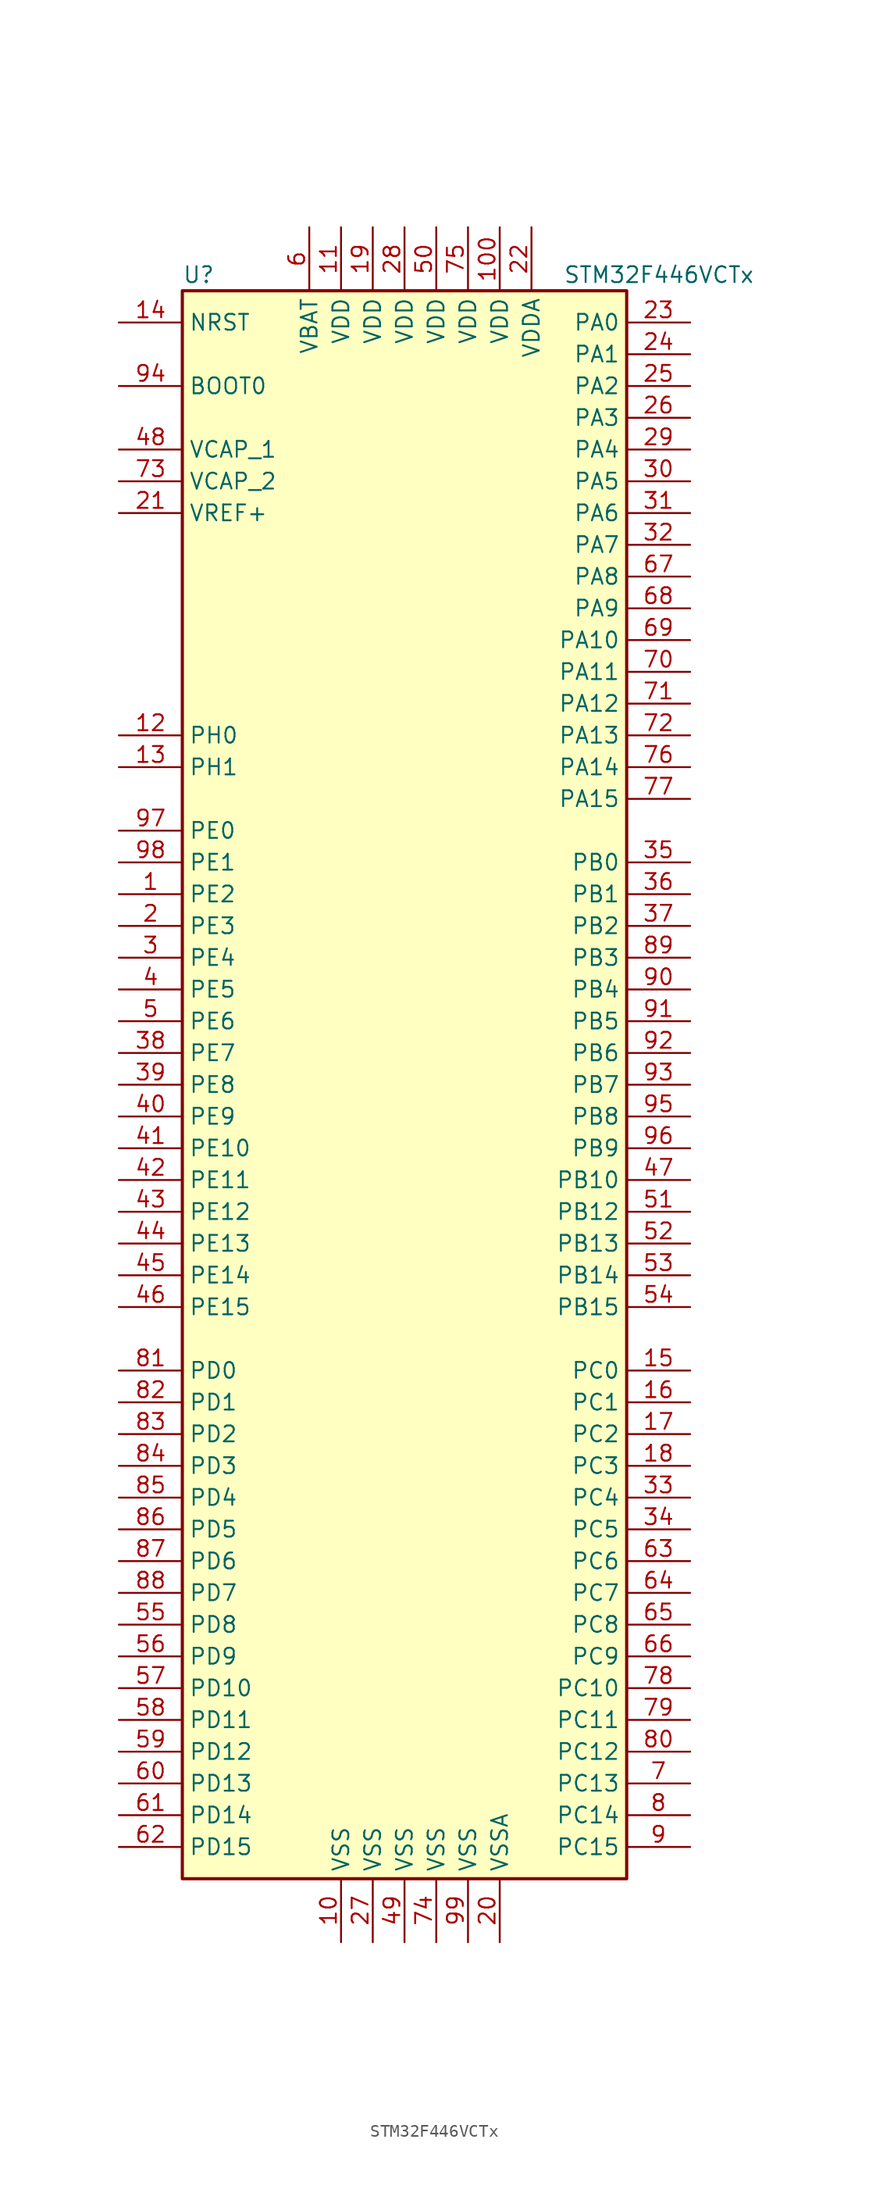
<source format=kicad_sym>
(kicad_symbol_lib
  (version 20201005)
  (generator kicad_symbol_editor)
  (symbol "STM32F446VCTx"
    (property "Reference" "U"
      (at -17.78 64.77 0)
      (effects (font (size 1.27 1.27)) (justify left)))
    (property "Value" "STM32F446VCTx"
      (at 12.7 64.77 0)
      (effects (font (size 1.27 1.27)) (justify left)))
    (symbol "STM32F446VCTx_0_1"
      (rectangle (start -17.78 -63.5) (end 17.78 63.5) (stroke (width 0.254)) (fill (type background))))
    (symbol "STM32F446VCTx_1_1"
      (pin input line (at -22.86 55.88 0) (length 5.08) (name "BOOT0" (effects (font (size 1.27 1.27)))) (number "94" (effects (font (size 1.27 1.27)))))
      (pin input line (at -22.86 60.96 0) (length 5.08) (name "NRST" (effects (font (size 1.27 1.27)))) (number "14" (effects (font (size 1.27 1.27)))))
      (pin bidirectional line (at 22.86 60.96 180) (length 5.08) (name "PA0" (effects (font (size 1.27 1.27)))) (number "23" (effects (font (size 1.27 1.27)))))
      (pin bidirectional line (at 22.86 58.42 180) (length 5.08) (name "PA1" (effects (font (size 1.27 1.27)))) (number "24" (effects (font (size 1.27 1.27)))))
      (pin bidirectional line (at 22.86 35.56 180) (length 5.08) (name "PA10" (effects (font (size 1.27 1.27)))) (number "69" (effects (font (size 1.27 1.27)))))
      (pin bidirectional line (at 22.86 33.02 180) (length 5.08) (name "PA11" (effects (font (size 1.27 1.27)))) (number "70" (effects (font (size 1.27 1.27)))))
      (pin bidirectional line (at 22.86 30.48 180) (length 5.08) (name "PA12" (effects (font (size 1.27 1.27)))) (number "71" (effects (font (size 1.27 1.27)))))
      (pin bidirectional line (at 22.86 27.94 180) (length 5.08) (name "PA13" (effects (font (size 1.27 1.27)))) (number "72" (effects (font (size 1.27 1.27)))))
      (pin bidirectional line (at 22.86 25.4 180) (length 5.08) (name "PA14" (effects (font (size 1.27 1.27)))) (number "76" (effects (font (size 1.27 1.27)))))
      (pin bidirectional line (at 22.86 22.86 180) (length 5.08) (name "PA15" (effects (font (size 1.27 1.27)))) (number "77" (effects (font (size 1.27 1.27)))))
      (pin bidirectional line (at 22.86 55.88 180) (length 5.08) (name "PA2" (effects (font (size 1.27 1.27)))) (number "25" (effects (font (size 1.27 1.27)))))
      (pin bidirectional line (at 22.86 53.34 180) (length 5.08) (name "PA3" (effects (font (size 1.27 1.27)))) (number "26" (effects (font (size 1.27 1.27)))))
      (pin bidirectional line (at 22.86 50.8 180) (length 5.08) (name "PA4" (effects (font (size 1.27 1.27)))) (number "29" (effects (font (size 1.27 1.27)))))
      (pin bidirectional line (at 22.86 48.26 180) (length 5.08) (name "PA5" (effects (font (size 1.27 1.27)))) (number "30" (effects (font (size 1.27 1.27)))))
      (pin bidirectional line (at 22.86 45.72 180) (length 5.08) (name "PA6" (effects (font (size 1.27 1.27)))) (number "31" (effects (font (size 1.27 1.27)))))
      (pin bidirectional line (at 22.86 43.18 180) (length 5.08) (name "PA7" (effects (font (size 1.27 1.27)))) (number "32" (effects (font (size 1.27 1.27)))))
      (pin bidirectional line (at 22.86 40.64 180) (length 5.08) (name "PA8" (effects (font (size 1.27 1.27)))) (number "67" (effects (font (size 1.27 1.27)))))
      (pin bidirectional line (at 22.86 38.1 180) (length 5.08) (name "PA9" (effects (font (size 1.27 1.27)))) (number "68" (effects (font (size 1.27 1.27)))))
      (pin bidirectional line (at 22.86 17.78 180) (length 5.08) (name "PB0" (effects (font (size 1.27 1.27)))) (number "35" (effects (font (size 1.27 1.27)))))
      (pin bidirectional line (at 22.86 15.24 180) (length 5.08) (name "PB1" (effects (font (size 1.27 1.27)))) (number "36" (effects (font (size 1.27 1.27)))))
      (pin bidirectional line (at 22.86 -7.62 180) (length 5.08) (name "PB10" (effects (font (size 1.27 1.27)))) (number "47" (effects (font (size 1.27 1.27)))))
      (pin bidirectional line (at 22.86 -10.16 180) (length 5.08) (name "PB12" (effects (font (size 1.27 1.27)))) (number "51" (effects (font (size 1.27 1.27)))))
      (pin bidirectional line (at 22.86 -12.7 180) (length 5.08) (name "PB13" (effects (font (size 1.27 1.27)))) (number "52" (effects (font (size 1.27 1.27)))))
      (pin bidirectional line (at 22.86 -15.24 180) (length 5.08) (name "PB14" (effects (font (size 1.27 1.27)))) (number "53" (effects (font (size 1.27 1.27)))))
      (pin bidirectional line (at 22.86 -17.78 180) (length 5.08) (name "PB15" (effects (font (size 1.27 1.27)))) (number "54" (effects (font (size 1.27 1.27)))))
      (pin bidirectional line (at 22.86 12.7 180) (length 5.08) (name "PB2" (effects (font (size 1.27 1.27)))) (number "37" (effects (font (size 1.27 1.27)))))
      (pin bidirectional line (at 22.86 10.16 180) (length 5.08) (name "PB3" (effects (font (size 1.27 1.27)))) (number "89" (effects (font (size 1.27 1.27)))))
      (pin bidirectional line (at 22.86 7.62 180) (length 5.08) (name "PB4" (effects (font (size 1.27 1.27)))) (number "90" (effects (font (size 1.27 1.27)))))
      (pin bidirectional line (at 22.86 5.08 180) (length 5.08) (name "PB5" (effects (font (size 1.27 1.27)))) (number "91" (effects (font (size 1.27 1.27)))))
      (pin bidirectional line (at 22.86 2.54 180) (length 5.08) (name "PB6" (effects (font (size 1.27 1.27)))) (number "92" (effects (font (size 1.27 1.27)))))
      (pin bidirectional line (at 22.86 0 180) (length 5.08) (name "PB7" (effects (font (size 1.27 1.27)))) (number "93" (effects (font (size 1.27 1.27)))))
      (pin bidirectional line (at 22.86 -2.54 180) (length 5.08) (name "PB8" (effects (font (size 1.27 1.27)))) (number "95" (effects (font (size 1.27 1.27)))))
      (pin bidirectional line (at 22.86 -5.08 180) (length 5.08) (name "PB9" (effects (font (size 1.27 1.27)))) (number "96" (effects (font (size 1.27 1.27)))))
      (pin bidirectional line (at 22.86 -22.86 180) (length 5.08) (name "PC0" (effects (font (size 1.27 1.27)))) (number "15" (effects (font (size 1.27 1.27)))))
      (pin bidirectional line (at 22.86 -25.4 180) (length 5.08) (name "PC1" (effects (font (size 1.27 1.27)))) (number "16" (effects (font (size 1.27 1.27)))))
      (pin bidirectional line (at 22.86 -48.26 180) (length 5.08) (name "PC10" (effects (font (size 1.27 1.27)))) (number "78" (effects (font (size 1.27 1.27)))))
      (pin bidirectional line (at 22.86 -50.8 180) (length 5.08) (name "PC11" (effects (font (size 1.27 1.27)))) (number "79" (effects (font (size 1.27 1.27)))))
      (pin bidirectional line (at 22.86 -53.34 180) (length 5.08) (name "PC12" (effects (font (size 1.27 1.27)))) (number "80" (effects (font (size 1.27 1.27)))))
      (pin bidirectional line (at 22.86 -55.88 180) (length 5.08) (name "PC13" (effects (font (size 1.27 1.27)))) (number "7" (effects (font (size 1.27 1.27)))))
      (pin bidirectional line (at 22.86 -58.42 180) (length 5.08) (name "PC14" (effects (font (size 1.27 1.27)))) (number "8" (effects (font (size 1.27 1.27)))))
      (pin bidirectional line (at 22.86 -60.96 180) (length 5.08) (name "PC15" (effects (font (size 1.27 1.27)))) (number "9" (effects (font (size 1.27 1.27)))))
      (pin bidirectional line (at 22.86 -27.94 180) (length 5.08) (name "PC2" (effects (font (size 1.27 1.27)))) (number "17" (effects (font (size 1.27 1.27)))))
      (pin bidirectional line (at 22.86 -30.48 180) (length 5.08) (name "PC3" (effects (font (size 1.27 1.27)))) (number "18" (effects (font (size 1.27 1.27)))))
      (pin bidirectional line (at 22.86 -33.02 180) (length 5.08) (name "PC4" (effects (font (size 1.27 1.27)))) (number "33" (effects (font (size 1.27 1.27)))))
      (pin bidirectional line (at 22.86 -35.56 180) (length 5.08) (name "PC5" (effects (font (size 1.27 1.27)))) (number "34" (effects (font (size 1.27 1.27)))))
      (pin bidirectional line (at 22.86 -38.1 180) (length 5.08) (name "PC6" (effects (font (size 1.27 1.27)))) (number "63" (effects (font (size 1.27 1.27)))))
      (pin bidirectional line (at 22.86 -40.64 180) (length 5.08) (name "PC7" (effects (font (size 1.27 1.27)))) (number "64" (effects (font (size 1.27 1.27)))))
      (pin bidirectional line (at 22.86 -43.18 180) (length 5.08) (name "PC8" (effects (font (size 1.27 1.27)))) (number "65" (effects (font (size 1.27 1.27)))))
      (pin bidirectional line (at 22.86 -45.72 180) (length 5.08) (name "PC9" (effects (font (size 1.27 1.27)))) (number "66" (effects (font (size 1.27 1.27)))))
      (pin bidirectional line (at -22.86 -22.86 0) (length 5.08) (name "PD0" (effects (font (size 1.27 1.27)))) (number "81" (effects (font (size 1.27 1.27)))))
      (pin bidirectional line (at -22.86 -25.4 0) (length 5.08) (name "PD1" (effects (font (size 1.27 1.27)))) (number "82" (effects (font (size 1.27 1.27)))))
      (pin bidirectional line (at -22.86 -48.26 0) (length 5.08) (name "PD10" (effects (font (size 1.27 1.27)))) (number "57" (effects (font (size 1.27 1.27)))))
      (pin bidirectional line (at -22.86 -50.8 0) (length 5.08) (name "PD11" (effects (font (size 1.27 1.27)))) (number "58" (effects (font (size 1.27 1.27)))))
      (pin bidirectional line (at -22.86 -53.34 0) (length 5.08) (name "PD12" (effects (font (size 1.27 1.27)))) (number "59" (effects (font (size 1.27 1.27)))))
      (pin bidirectional line (at -22.86 -55.88 0) (length 5.08) (name "PD13" (effects (font (size 1.27 1.27)))) (number "60" (effects (font (size 1.27 1.27)))))
      (pin bidirectional line (at -22.86 -58.42 0) (length 5.08) (name "PD14" (effects (font (size 1.27 1.27)))) (number "61" (effects (font (size 1.27 1.27)))))
      (pin bidirectional line (at -22.86 -60.96 0) (length 5.08) (name "PD15" (effects (font (size 1.27 1.27)))) (number "62" (effects (font (size 1.27 1.27)))))
      (pin bidirectional line (at -22.86 -27.94 0) (length 5.08) (name "PD2" (effects (font (size 1.27 1.27)))) (number "83" (effects (font (size 1.27 1.27)))))
      (pin bidirectional line (at -22.86 -30.48 0) (length 5.08) (name "PD3" (effects (font (size 1.27 1.27)))) (number "84" (effects (font (size 1.27 1.27)))))
      (pin bidirectional line (at -22.86 -33.02 0) (length 5.08) (name "PD4" (effects (font (size 1.27 1.27)))) (number "85" (effects (font (size 1.27 1.27)))))
      (pin bidirectional line (at -22.86 -35.56 0) (length 5.08) (name "PD5" (effects (font (size 1.27 1.27)))) (number "86" (effects (font (size 1.27 1.27)))))
      (pin bidirectional line (at -22.86 -38.1 0) (length 5.08) (name "PD6" (effects (font (size 1.27 1.27)))) (number "87" (effects (font (size 1.27 1.27)))))
      (pin bidirectional line (at -22.86 -40.64 0) (length 5.08) (name "PD7" (effects (font (size 1.27 1.27)))) (number "88" (effects (font (size 1.27 1.27)))))
      (pin bidirectional line (at -22.86 -43.18 0) (length 5.08) (name "PD8" (effects (font (size 1.27 1.27)))) (number "55" (effects (font (size 1.27 1.27)))))
      (pin bidirectional line (at -22.86 -45.72 0) (length 5.08) (name "PD9" (effects (font (size 1.27 1.27)))) (number "56" (effects (font (size 1.27 1.27)))))
      (pin bidirectional line (at -22.86 20.32 0) (length 5.08) (name "PE0" (effects (font (size 1.27 1.27)))) (number "97" (effects (font (size 1.27 1.27)))))
      (pin bidirectional line (at -22.86 17.78 0) (length 5.08) (name "PE1" (effects (font (size 1.27 1.27)))) (number "98" (effects (font (size 1.27 1.27)))))
      (pin bidirectional line (at -22.86 -5.08 0) (length 5.08) (name "PE10" (effects (font (size 1.27 1.27)))) (number "41" (effects (font (size 1.27 1.27)))))
      (pin bidirectional line (at -22.86 -7.62 0) (length 5.08) (name "PE11" (effects (font (size 1.27 1.27)))) (number "42" (effects (font (size 1.27 1.27)))))
      (pin bidirectional line (at -22.86 -10.16 0) (length 5.08) (name "PE12" (effects (font (size 1.27 1.27)))) (number "43" (effects (font (size 1.27 1.27)))))
      (pin bidirectional line (at -22.86 -12.7 0) (length 5.08) (name "PE13" (effects (font (size 1.27 1.27)))) (number "44" (effects (font (size 1.27 1.27)))))
      (pin bidirectional line (at -22.86 -15.24 0) (length 5.08) (name "PE14" (effects (font (size 1.27 1.27)))) (number "45" (effects (font (size 1.27 1.27)))))
      (pin bidirectional line (at -22.86 -17.78 0) (length 5.08) (name "PE15" (effects (font (size 1.27 1.27)))) (number "46" (effects (font (size 1.27 1.27)))))
      (pin bidirectional line (at -22.86 15.24 0) (length 5.08) (name "PE2" (effects (font (size 1.27 1.27)))) (number "1" (effects (font (size 1.27 1.27)))))
      (pin bidirectional line (at -22.86 12.7 0) (length 5.08) (name "PE3" (effects (font (size 1.27 1.27)))) (number "2" (effects (font (size 1.27 1.27)))))
      (pin bidirectional line (at -22.86 10.16 0) (length 5.08) (name "PE4" (effects (font (size 1.27 1.27)))) (number "3" (effects (font (size 1.27 1.27)))))
      (pin bidirectional line (at -22.86 7.62 0) (length 5.08) (name "PE5" (effects (font (size 1.27 1.27)))) (number "4" (effects (font (size 1.27 1.27)))))
      (pin bidirectional line (at -22.86 5.08 0) (length 5.08) (name "PE6" (effects (font (size 1.27 1.27)))) (number "5" (effects (font (size 1.27 1.27)))))
      (pin bidirectional line (at -22.86 2.54 0) (length 5.08) (name "PE7" (effects (font (size 1.27 1.27)))) (number "38" (effects (font (size 1.27 1.27)))))
      (pin bidirectional line (at -22.86 0 0) (length 5.08) (name "PE8" (effects (font (size 1.27 1.27)))) (number "39" (effects (font (size 1.27 1.27)))))
      (pin bidirectional line (at -22.86 -2.54 0) (length 5.08) (name "PE9" (effects (font (size 1.27 1.27)))) (number "40" (effects (font (size 1.27 1.27)))))
      (pin input line (at -22.86 27.94 0) (length 5.08) (name "PH0" (effects (font (size 1.27 1.27)))) (number "12" (effects (font (size 1.27 1.27)))))
      (pin input line (at -22.86 25.4 0) (length 5.08) (name "PH1" (effects (font (size 1.27 1.27)))) (number "13" (effects (font (size 1.27 1.27)))))
      (pin power_in line (at -7.62 68.58 270) (length 5.08) (name "VBAT" (effects (font (size 1.27 1.27)))) (number "6" (effects (font (size 1.27 1.27)))))
      (pin power_in line (at -22.86 50.8 0) (length 5.08) (name "VCAP_1" (effects (font (size 1.27 1.27)))) (number "48" (effects (font (size 1.27 1.27)))))
      (pin power_in line (at -22.86 48.26 0) (length 5.08) (name "VCAP_2" (effects (font (size 1.27 1.27)))) (number "73" (effects (font (size 1.27 1.27)))))
      (pin power_in line (at 7.62 68.58 270) (length 5.08) (name "VDD" (effects (font (size 1.27 1.27)))) (number "100" (effects (font (size 1.27 1.27)))))
      (pin power_in line (at -5.08 68.58 270) (length 5.08) (name "VDD" (effects (font (size 1.27 1.27)))) (number "11" (effects (font (size 1.27 1.27)))))
      (pin power_in line (at -2.54 68.58 270) (length 5.08) (name "VDD" (effects (font (size 1.27 1.27)))) (number "19" (effects (font (size 1.27 1.27)))))
      (pin power_in line (at 0 68.58 270) (length 5.08) (name "VDD" (effects (font (size 1.27 1.27)))) (number "28" (effects (font (size 1.27 1.27)))))
      (pin power_in line (at 2.54 68.58 270) (length 5.08) (name "VDD" (effects (font (size 1.27 1.27)))) (number "50" (effects (font (size 1.27 1.27)))))
      (pin power_in line (at 5.08 68.58 270) (length 5.08) (name "VDD" (effects (font (size 1.27 1.27)))) (number "75" (effects (font (size 1.27 1.27)))))
      (pin power_in line (at 10.16 68.58 270) (length 5.08) (name "VDDA" (effects (font (size 1.27 1.27)))) (number "22" (effects (font (size 1.27 1.27)))))
      (pin power_in line (at -22.86 45.72 0) (length 5.08) (name "VREF+" (effects (font (size 1.27 1.27)))) (number "21" (effects (font (size 1.27 1.27)))))
      (pin power_in line (at -5.08 -68.58 90) (length 5.08) (name "VSS" (effects (font (size 1.27 1.27)))) (number "10" (effects (font (size 1.27 1.27)))))
      (pin power_in line (at -2.54 -68.58 90) (length 5.08) (name "VSS" (effects (font (size 1.27 1.27)))) (number "27" (effects (font (size 1.27 1.27)))))
      (pin power_in line (at 0 -68.58 90) (length 5.08) (name "VSS" (effects (font (size 1.27 1.27)))) (number "49" (effects (font (size 1.27 1.27)))))
      (pin power_in line (at 2.54 -68.58 90) (length 5.08) (name "VSS" (effects (font (size 1.27 1.27)))) (number "74" (effects (font (size 1.27 1.27)))))
      (pin power_in line (at 5.08 -68.58 90) (length 5.08) (name "VSS" (effects (font (size 1.27 1.27)))) (number "99" (effects (font (size 1.27 1.27)))))
      (pin power_in line (at 7.62 -68.58 90) (length 5.08) (name "VSSA" (effects (font (size 1.27 1.27)))) (number "20" (effects (font (size 1.27 1.27))))))))
</source>
